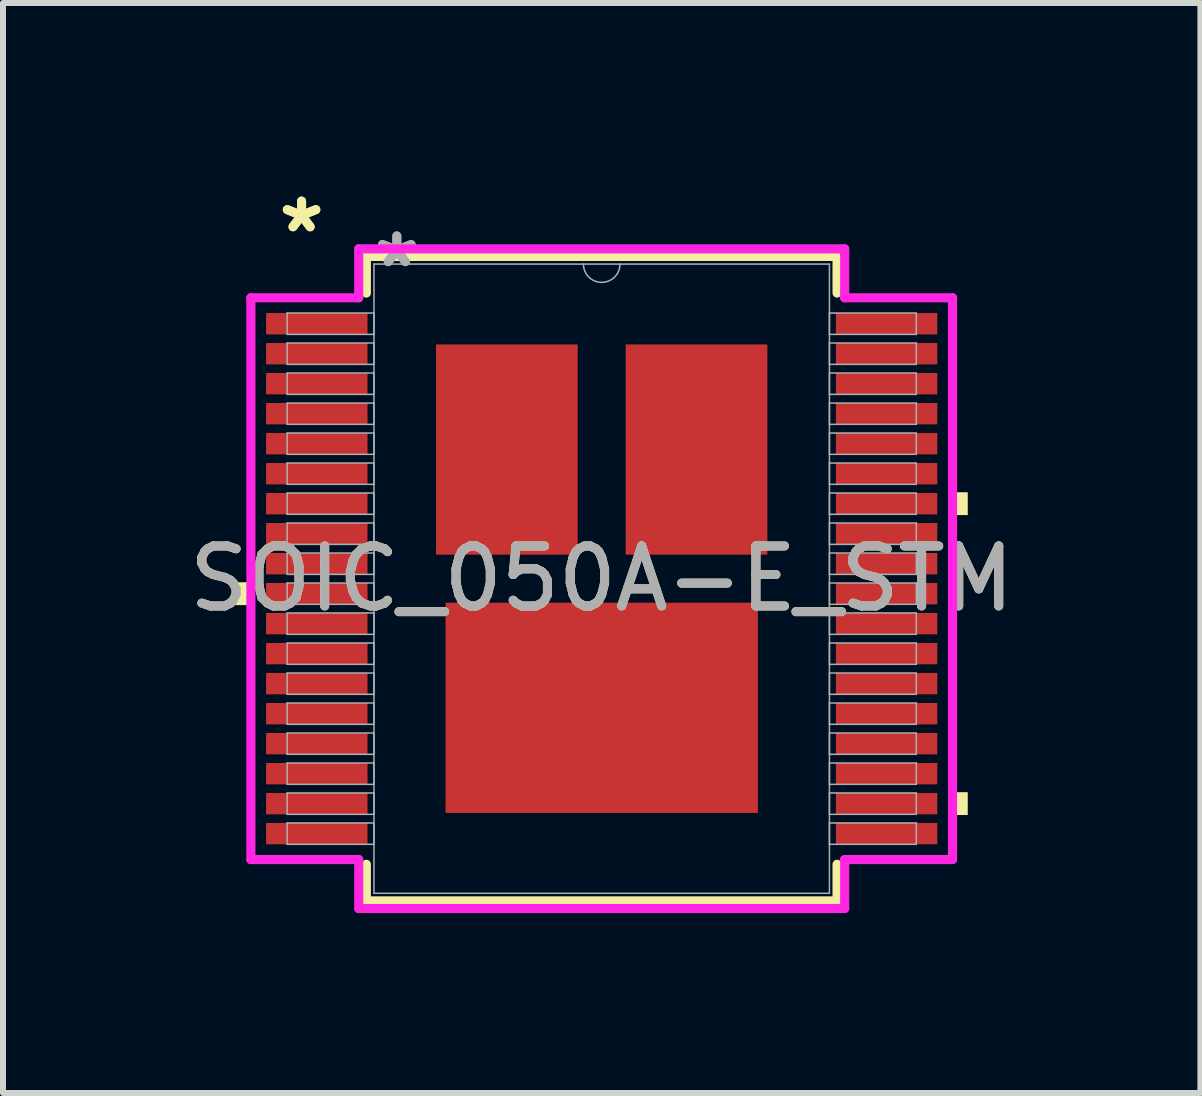
<source format=kicad_pcb>
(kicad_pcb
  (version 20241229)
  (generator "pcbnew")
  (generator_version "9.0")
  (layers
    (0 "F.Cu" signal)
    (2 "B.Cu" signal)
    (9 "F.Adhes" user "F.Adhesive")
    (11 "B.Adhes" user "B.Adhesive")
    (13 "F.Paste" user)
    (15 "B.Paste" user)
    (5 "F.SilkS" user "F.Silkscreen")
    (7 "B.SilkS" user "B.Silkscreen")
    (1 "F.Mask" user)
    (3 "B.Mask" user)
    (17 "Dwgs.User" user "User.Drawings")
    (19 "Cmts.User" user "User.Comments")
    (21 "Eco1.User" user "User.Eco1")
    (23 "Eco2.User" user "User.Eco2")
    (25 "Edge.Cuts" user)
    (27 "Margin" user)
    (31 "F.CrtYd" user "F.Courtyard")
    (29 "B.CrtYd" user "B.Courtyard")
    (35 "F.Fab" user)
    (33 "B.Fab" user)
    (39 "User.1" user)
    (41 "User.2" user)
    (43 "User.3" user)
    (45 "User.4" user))
  (footprint "SOIC_050A-E_STM"
    (layer "F.Cu")
    (at 6.982 6.598)
    (property "Reference" "SOIC_050A-E_STM" (at 0 0 0) (unlocked yes) (layer "F.SilkS") (effects (font (size 1 1) (thickness 0.15))))
    (attr smd)
    (fp_line (start -3.924 -5.372) (end -3.924 -4.762) (stroke (width 0.152) (type solid)) (layer "F.SilkS"))
    (fp_line (start -3.924 4.762) (end -3.924 5.372) (stroke (width 0.152) (type solid)) (layer "F.SilkS"))
    (fp_line (start -3.924 5.372) (end 3.924 5.372) (stroke (width 0.152) (type solid)) (layer "F.SilkS"))
    (fp_line (start 3.924 -5.372) (end -3.924 -5.372) (stroke (width 0.152) (type solid)) (layer "F.SilkS"))
    (fp_line (start 3.924 -4.762) (end 3.924 -5.372) (stroke (width 0.152) (type solid)) (layer "F.SilkS"))
    (fp_line (start 3.924 5.372) (end 3.924 4.762) (stroke (width 0.152) (type solid)) (layer "F.SilkS"))
    (fp_poly (pts (xy -6.103 0.06) (xy -6.103 0.441) (xy -5.849 0.441) (xy -5.849 0.06)) (stroke (width 0) (type solid)) (fill yes) (layer "F.SilkS"))
    (fp_poly (pts (xy 6.103 -1.441) (xy 6.103 -1.06) (xy 5.849 -1.06) (xy 5.849 -1.441)) (stroke (width 0) (type solid)) (fill yes) (layer "F.SilkS"))
    (fp_poly (pts (xy 6.103 3.56) (xy 6.103 3.941) (xy 5.849 3.941) (xy 5.849 3.56)) (stroke (width 0) (type solid)) (fill yes) (layer "F.SilkS"))
    (fp_line (start -5.849 -4.683) (end -4.051 -4.683) (stroke (width 0.152) (type solid)) (layer "F.CrtYd"))
    (fp_line (start -5.849 4.683) (end -5.849 -4.683) (stroke (width 0.152) (type solid)) (layer "F.CrtYd"))
    (fp_line (start -5.849 4.683) (end -4.051 4.683) (stroke (width 0.152) (type solid)) (layer "F.CrtYd"))
    (fp_line (start -4.051 -5.499) (end 4.051 -5.499) (stroke (width 0.152) (type solid)) (layer "F.CrtYd"))
    (fp_line (start -4.051 -4.683) (end -4.051 -5.499) (stroke (width 0.152) (type solid)) (layer "F.CrtYd"))
    (fp_line (start -4.051 5.499) (end -4.051 4.683) (stroke (width 0.152) (type solid)) (layer "F.CrtYd"))
    (fp_line (start 4.051 -5.499) (end 4.051 -4.683) (stroke (width 0.152) (type solid)) (layer "F.CrtYd"))
    (fp_line (start 4.051 4.683) (end 4.051 5.499) (stroke (width 0.152) (type solid)) (layer "F.CrtYd"))
    (fp_line (start 4.051 5.499) (end -4.051 5.499) (stroke (width 0.152) (type solid)) (layer "F.CrtYd"))
    (fp_line (start 5.849 -4.683) (end 4.051 -4.683) (stroke (width 0.152) (type solid)) (layer "F.CrtYd"))
    (fp_line (start 5.849 -4.683) (end 5.849 4.683) (stroke (width 0.152) (type solid)) (layer "F.CrtYd"))
    (fp_line (start 5.849 4.683) (end 4.051 4.683) (stroke (width 0.152) (type solid)) (layer "F.CrtYd"))
    (fp_line (start -5.245 -4.429) (end -5.245 -4.073) (stroke (width 0.025) (type solid)) (layer "F.Fab"))
    (fp_line (start -5.245 -4.073) (end -3.797 -4.073) (stroke (width 0.025) (type solid)) (layer "F.Fab"))
    (fp_line (start -5.245 -3.929) (end -5.245 -3.573) (stroke (width 0.025) (type solid)) (layer "F.Fab"))
    (fp_line (start -5.245 -3.573) (end -3.797 -3.573) (stroke (width 0.025) (type solid)) (layer "F.Fab"))
    (fp_line (start -5.245 -3.429) (end -5.245 -3.073) (stroke (width 0.025) (type solid)) (layer "F.Fab"))
    (fp_line (start -5.245 -3.073) (end -3.797 -3.073) (stroke (width 0.025) (type solid)) (layer "F.Fab"))
    (fp_line (start -5.245 -2.928) (end -5.245 -2.573) (stroke (width 0.025) (type solid)) (layer "F.Fab"))
    (fp_line (start -5.245 -2.573) (end -3.797 -2.573) (stroke (width 0.025) (type solid)) (layer "F.Fab"))
    (fp_line (start -5.245 -2.428) (end -5.245 -2.073) (stroke (width 0.025) (type solid)) (layer "F.Fab"))
    (fp_line (start -5.245 -2.073) (end -3.797 -2.073) (stroke (width 0.025) (type solid)) (layer "F.Fab"))
    (fp_line (start -5.245 -1.928) (end -5.245 -1.573) (stroke (width 0.025) (type solid)) (layer "F.Fab"))
    (fp_line (start -5.245 -1.573) (end -3.797 -1.573) (stroke (width 0.025) (type solid)) (layer "F.Fab"))
    (fp_line (start -5.245 -1.428) (end -5.245 -1.073) (stroke (width 0.025) (type solid)) (layer "F.Fab"))
    (fp_line (start -5.245 -1.073) (end -3.797 -1.073) (stroke (width 0.025) (type solid)) (layer "F.Fab"))
    (fp_line (start -5.245 -0.928) (end -5.245 -0.572) (stroke (width 0.025) (type solid)) (layer "F.Fab"))
    (fp_line (start -5.245 -0.572) (end -3.797 -0.572) (stroke (width 0.025) (type solid)) (layer "F.Fab"))
    (fp_line (start -5.245 -0.428) (end -5.245 -0.072) (stroke (width 0.025) (type solid)) (layer "F.Fab"))
    (fp_line (start -5.245 -0.072) (end -3.797 -0.072) (stroke (width 0.025) (type solid)) (layer "F.Fab"))
    (fp_line (start -5.245 0.072) (end -5.245 0.428) (stroke (width 0.025) (type solid)) (layer "F.Fab"))
    (fp_line (start -5.245 0.428) (end -3.797 0.428) (stroke (width 0.025) (type solid)) (layer "F.Fab"))
    (fp_line (start -5.245 0.572) (end -5.245 0.928) (stroke (width 0.025) (type solid)) (layer "F.Fab"))
    (fp_line (start -5.245 0.928) (end -3.797 0.928) (stroke (width 0.025) (type solid)) (layer "F.Fab"))
    (fp_line (start -5.245 1.073) (end -5.245 1.428) (stroke (width 0.025) (type solid)) (layer "F.Fab"))
    (fp_line (start -5.245 1.428) (end -3.797 1.428) (stroke (width 0.025) (type solid)) (layer "F.Fab"))
    (fp_line (start -5.245 1.573) (end -5.245 1.928) (stroke (width 0.025) (type solid)) (layer "F.Fab"))
    (fp_line (start -5.245 1.928) (end -3.797 1.928) (stroke (width 0.025) (type solid)) (layer "F.Fab"))
    (fp_line (start -5.245 2.073) (end -5.245 2.428) (stroke (width 0.025) (type solid)) (layer "F.Fab"))
    (fp_line (start -5.245 2.428) (end -3.797 2.428) (stroke (width 0.025) (type solid)) (layer "F.Fab"))
    (fp_line (start -5.245 2.573) (end -5.245 2.928) (stroke (width 0.025) (type solid)) (layer "F.Fab"))
    (fp_line (start -5.245 2.928) (end -3.797 2.928) (stroke (width 0.025) (type solid)) (layer "F.Fab"))
    (fp_line (start -5.245 3.073) (end -5.245 3.429) (stroke (width 0.025) (type solid)) (layer "F.Fab"))
    (fp_line (start -5.245 3.429) (end -3.797 3.429) (stroke (width 0.025) (type solid)) (layer "F.Fab"))
    (fp_line (start -5.245 3.573) (end -5.245 3.929) (stroke (width 0.025) (type solid)) (layer "F.Fab"))
    (fp_line (start -5.245 3.929) (end -3.797 3.929) (stroke (width 0.025) (type solid)) (layer "F.Fab"))
    (fp_line (start -5.245 4.073) (end -5.245 4.429) (stroke (width 0.025) (type solid)) (layer "F.Fab"))
    (fp_line (start -5.245 4.429) (end -3.797 4.429) (stroke (width 0.025) (type solid)) (layer "F.Fab"))
    (fp_line (start -3.797 -5.245) (end -3.797 5.245) (stroke (width 0.025) (type solid)) (layer "F.Fab"))
    (fp_line (start -3.797 -4.429) (end -5.245 -4.429) (stroke (width 0.025) (type solid)) (layer "F.Fab"))
    (fp_line (start -3.797 -4.073) (end -3.797 -4.429) (stroke (width 0.025) (type solid)) (layer "F.Fab"))
    (fp_line (start -3.797 -3.929) (end -5.245 -3.929) (stroke (width 0.025) (type solid)) (layer "F.Fab"))
    (fp_line (start -3.797 -3.573) (end -3.797 -3.929) (stroke (width 0.025) (type solid)) (layer "F.Fab"))
    (fp_line (start -3.797 -3.429) (end -5.245 -3.429) (stroke (width 0.025) (type solid)) (layer "F.Fab"))
    (fp_line (start -3.797 -3.073) (end -3.797 -3.429) (stroke (width 0.025) (type solid)) (layer "F.Fab"))
    (fp_line (start -3.797 -2.928) (end -5.245 -2.928) (stroke (width 0.025) (type solid)) (layer "F.Fab"))
    (fp_line (start -3.797 -2.573) (end -3.797 -2.928) (stroke (width 0.025) (type solid)) (layer "F.Fab"))
    (fp_line (start -3.797 -2.428) (end -5.245 -2.428) (stroke (width 0.025) (type solid)) (layer "F.Fab"))
    (fp_line (start -3.797 -2.073) (end -3.797 -2.428) (stroke (width 0.025) (type solid)) (layer "F.Fab"))
    (fp_line (start -3.797 -1.928) (end -5.245 -1.928) (stroke (width 0.025) (type solid)) (layer "F.Fab"))
    (fp_line (start -3.797 -1.573) (end -3.797 -1.928) (stroke (width 0.025) (type solid)) (layer "F.Fab"))
    (fp_line (start -3.797 -1.428) (end -5.245 -1.428) (stroke (width 0.025) (type solid)) (layer "F.Fab"))
    (fp_line (start -3.797 -1.073) (end -3.797 -1.428) (stroke (width 0.025) (type solid)) (layer "F.Fab"))
    (fp_line (start -3.797 -0.928) (end -5.245 -0.928) (stroke (width 0.025) (type solid)) (layer "F.Fab"))
    (fp_line (start -3.797 -0.572) (end -3.797 -0.928) (stroke (width 0.025) (type solid)) (layer "F.Fab"))
    (fp_line (start -3.797 -0.428) (end -5.245 -0.428) (stroke (width 0.025) (type solid)) (layer "F.Fab"))
    (fp_line (start -3.797 -0.072) (end -3.797 -0.428) (stroke (width 0.025) (type solid)) (layer "F.Fab"))
    (fp_line (start -3.797 0.072) (end -5.245 0.072) (stroke (width 0.025) (type solid)) (layer "F.Fab"))
    (fp_line (start -3.797 0.428) (end -3.797 0.072) (stroke (width 0.025) (type solid)) (layer "F.Fab"))
    (fp_line (start -3.797 0.572) (end -5.245 0.572) (stroke (width 0.025) (type solid)) (layer "F.Fab"))
    (fp_line (start -3.797 0.928) (end -3.797 0.572) (stroke (width 0.025) (type solid)) (layer "F.Fab"))
    (fp_line (start -3.797 1.073) (end -5.245 1.073) (stroke (width 0.025) (type solid)) (layer "F.Fab"))
    (fp_line (start -3.797 1.428) (end -3.797 1.073) (stroke (width 0.025) (type solid)) (layer "F.Fab"))
    (fp_line (start -3.797 1.573) (end -5.245 1.573) (stroke (width 0.025) (type solid)) (layer "F.Fab"))
    (fp_line (start -3.797 1.928) (end -3.797 1.573) (stroke (width 0.025) (type solid)) (layer "F.Fab"))
    (fp_line (start -3.797 2.073) (end -5.245 2.073) (stroke (width 0.025) (type solid)) (layer "F.Fab"))
    (fp_line (start -3.797 2.428) (end -3.797 2.073) (stroke (width 0.025) (type solid)) (layer "F.Fab"))
    (fp_line (start -3.797 2.573) (end -5.245 2.573) (stroke (width 0.025) (type solid)) (layer "F.Fab"))
    (fp_line (start -3.797 2.928) (end -3.797 2.573) (stroke (width 0.025) (type solid)) (layer "F.Fab"))
    (fp_line (start -3.797 3.073) (end -5.245 3.073) (stroke (width 0.025) (type solid)) (layer "F.Fab"))
    (fp_line (start -3.797 3.429) (end -3.797 3.073) (stroke (width 0.025) (type solid)) (layer "F.Fab"))
    (fp_line (start -3.797 3.573) (end -5.245 3.573) (stroke (width 0.025) (type solid)) (layer "F.Fab"))
    (fp_line (start -3.797 3.929) (end -3.797 3.573) (stroke (width 0.025) (type solid)) (layer "F.Fab"))
    (fp_line (start -3.797 4.073) (end -5.245 4.073) (stroke (width 0.025) (type solid)) (layer "F.Fab"))
    (fp_line (start -3.797 4.429) (end -3.797 4.073) (stroke (width 0.025) (type solid)) (layer "F.Fab"))
    (fp_line (start -3.797 5.245) (end 3.797 5.245) (stroke (width 0.025) (type solid)) (layer "F.Fab"))
    (fp_line (start 3.797 -5.245) (end -3.797 -5.245) (stroke (width 0.025) (type solid)) (layer "F.Fab"))
    (fp_line (start 3.797 -4.429) (end 3.797 -4.073) (stroke (width 0.025) (type solid)) (layer "F.Fab"))
    (fp_line (start 3.797 -4.073) (end 5.245 -4.073) (stroke (width 0.025) (type solid)) (layer "F.Fab"))
    (fp_line (start 3.797 -3.929) (end 3.797 -3.573) (stroke (width 0.025) (type solid)) (layer "F.Fab"))
    (fp_line (start 3.797 -3.573) (end 5.245 -3.573) (stroke (width 0.025) (type solid)) (layer "F.Fab"))
    (fp_line (start 3.797 -3.429) (end 3.797 -3.073) (stroke (width 0.025) (type solid)) (layer "F.Fab"))
    (fp_line (start 3.797 -3.073) (end 5.245 -3.073) (stroke (width 0.025) (type solid)) (layer "F.Fab"))
    (fp_line (start 3.797 -2.928) (end 3.797 -2.573) (stroke (width 0.025) (type solid)) (layer "F.Fab"))
    (fp_line (start 3.797 -2.573) (end 5.245 -2.573) (stroke (width 0.025) (type solid)) (layer "F.Fab"))
    (fp_line (start 3.797 -2.428) (end 3.797 -2.073) (stroke (width 0.025) (type solid)) (layer "F.Fab"))
    (fp_line (start 3.797 -2.073) (end 5.245 -2.073) (stroke (width 0.025) (type solid)) (layer "F.Fab"))
    (fp_line (start 3.797 -1.928) (end 3.797 -1.573) (stroke (width 0.025) (type solid)) (layer "F.Fab"))
    (fp_line (start 3.797 -1.573) (end 5.245 -1.573) (stroke (width 0.025) (type solid)) (layer "F.Fab"))
    (fp_line (start 3.797 -1.428) (end 3.797 -1.073) (stroke (width 0.025) (type solid)) (layer "F.Fab"))
    (fp_line (start 3.797 -1.073) (end 5.245 -1.073) (stroke (width 0.025) (type solid)) (layer "F.Fab"))
    (fp_line (start 3.797 -0.928) (end 3.797 -0.572) (stroke (width 0.025) (type solid)) (layer "F.Fab"))
    (fp_line (start 3.797 -0.572) (end 5.245 -0.572) (stroke (width 0.025) (type solid)) (layer "F.Fab"))
    (fp_line (start 3.797 -0.428) (end 3.797 -0.072) (stroke (width 0.025) (type solid)) (layer "F.Fab"))
    (fp_line (start 3.797 -0.072) (end 5.245 -0.072) (stroke (width 0.025) (type solid)) (layer "F.Fab"))
    (fp_line (start 3.797 0.072) (end 3.797 0.428) (stroke (width 0.025) (type solid)) (layer "F.Fab"))
    (fp_line (start 3.797 0.428) (end 5.245 0.428) (stroke (width 0.025) (type solid)) (layer "F.Fab"))
    (fp_line (start 3.797 0.572) (end 3.797 0.928) (stroke (width 0.025) (type solid)) (layer "F.Fab"))
    (fp_line (start 3.797 0.928) (end 5.245 0.928) (stroke (width 0.025) (type solid)) (layer "F.Fab"))
    (fp_line (start 3.797 1.073) (end 3.797 1.428) (stroke (width 0.025) (type solid)) (layer "F.Fab"))
    (fp_line (start 3.797 1.428) (end 5.245 1.428) (stroke (width 0.025) (type solid)) (layer "F.Fab"))
    (fp_line (start 3.797 1.573) (end 3.797 1.928) (stroke (width 0.025) (type solid)) (layer "F.Fab"))
    (fp_line (start 3.797 1.928) (end 5.245 1.928) (stroke (width 0.025) (type solid)) (layer "F.Fab"))
    (fp_line (start 3.797 2.073) (end 3.797 2.428) (stroke (width 0.025) (type solid)) (layer "F.Fab"))
    (fp_line (start 3.797 2.428) (end 5.245 2.428) (stroke (width 0.025) (type solid)) (layer "F.Fab"))
    (fp_line (start 3.797 2.573) (end 3.797 2.928) (stroke (width 0.025) (type solid)) (layer "F.Fab"))
    (fp_line (start 3.797 2.928) (end 5.245 2.928) (stroke (width 0.025) (type solid)) (layer "F.Fab"))
    (fp_line (start 3.797 3.073) (end 3.797 3.429) (stroke (width 0.025) (type solid)) (layer "F.Fab"))
    (fp_line (start 3.797 3.429) (end 5.245 3.429) (stroke (width 0.025) (type solid)) (layer "F.Fab"))
    (fp_line (start 3.797 3.573) (end 3.797 3.929) (stroke (width 0.025) (type solid)) (layer "F.Fab"))
    (fp_line (start 3.797 3.929) (end 5.245 3.929) (stroke (width 0.025) (type solid)) (layer "F.Fab"))
    (fp_line (start 3.797 4.073) (end 3.797 4.429) (stroke (width 0.025) (type solid)) (layer "F.Fab"))
    (fp_line (start 3.797 4.429) (end 5.245 4.429) (stroke (width 0.025) (type solid)) (layer "F.Fab"))
    (fp_line (start 3.797 5.245) (end 3.797 -5.245) (stroke (width 0.025) (type solid)) (layer "F.Fab"))
    (fp_line (start 5.245 -4.429) (end 3.797 -4.429) (stroke (width 0.025) (type solid)) (layer "F.Fab"))
    (fp_line (start 5.245 -4.073) (end 5.245 -4.429) (stroke (width 0.025) (type solid)) (layer "F.Fab"))
    (fp_line (start 5.245 -3.929) (end 3.797 -3.929) (stroke (width 0.025) (type solid)) (layer "F.Fab"))
    (fp_line (start 5.245 -3.573) (end 5.245 -3.929) (stroke (width 0.025) (type solid)) (layer "F.Fab"))
    (fp_line (start 5.245 -3.429) (end 3.797 -3.429) (stroke (width 0.025) (type solid)) (layer "F.Fab"))
    (fp_line (start 5.245 -3.073) (end 5.245 -3.429) (stroke (width 0.025) (type solid)) (layer "F.Fab"))
    (fp_line (start 5.245 -2.928) (end 3.797 -2.928) (stroke (width 0.025) (type solid)) (layer "F.Fab"))
    (fp_line (start 5.245 -2.573) (end 5.245 -2.928) (stroke (width 0.025) (type solid)) (layer "F.Fab"))
    (fp_line (start 5.245 -2.428) (end 3.797 -2.428) (stroke (width 0.025) (type solid)) (layer "F.Fab"))
    (fp_line (start 5.245 -2.073) (end 5.245 -2.428) (stroke (width 0.025) (type solid)) (layer "F.Fab"))
    (fp_line (start 5.245 -1.928) (end 3.797 -1.928) (stroke (width 0.025) (type solid)) (layer "F.Fab"))
    (fp_line (start 5.245 -1.573) (end 5.245 -1.928) (stroke (width 0.025) (type solid)) (layer "F.Fab"))
    (fp_line (start 5.245 -1.428) (end 3.797 -1.428) (stroke (width 0.025) (type solid)) (layer "F.Fab"))
    (fp_line (start 5.245 -1.073) (end 5.245 -1.428) (stroke (width 0.025) (type solid)) (layer "F.Fab"))
    (fp_line (start 5.245 -0.928) (end 3.797 -0.928) (stroke (width 0.025) (type solid)) (layer "F.Fab"))
    (fp_line (start 5.245 -0.572) (end 5.245 -0.928) (stroke (width 0.025) (type solid)) (layer "F.Fab"))
    (fp_line (start 5.245 -0.428) (end 3.797 -0.428) (stroke (width 0.025) (type solid)) (layer "F.Fab"))
    (fp_line (start 5.245 -0.072) (end 5.245 -0.428) (stroke (width 0.025) (type solid)) (layer "F.Fab"))
    (fp_line (start 5.245 0.072) (end 3.797 0.072) (stroke (width 0.025) (type solid)) (layer "F.Fab"))
    (fp_line (start 5.245 0.428) (end 5.245 0.072) (stroke (width 0.025) (type solid)) (layer "F.Fab"))
    (fp_line (start 5.245 0.572) (end 3.797 0.572) (stroke (width 0.025) (type solid)) (layer "F.Fab"))
    (fp_line (start 5.245 0.928) (end 5.245 0.572) (stroke (width 0.025) (type solid)) (layer "F.Fab"))
    (fp_line (start 5.245 1.073) (end 3.797 1.073) (stroke (width 0.025) (type solid)) (layer "F.Fab"))
    (fp_line (start 5.245 1.428) (end 5.245 1.073) (stroke (width 0.025) (type solid)) (layer "F.Fab"))
    (fp_line (start 5.245 1.573) (end 3.797 1.573) (stroke (width 0.025) (type solid)) (layer "F.Fab"))
    (fp_line (start 5.245 1.928) (end 5.245 1.573) (stroke (width 0.025) (type solid)) (layer "F.Fab"))
    (fp_line (start 5.245 2.073) (end 3.797 2.073) (stroke (width 0.025) (type solid)) (layer "F.Fab"))
    (fp_line (start 5.245 2.428) (end 5.245 2.073) (stroke (width 0.025) (type solid)) (layer "F.Fab"))
    (fp_line (start 5.245 2.573) (end 3.797 2.573) (stroke (width 0.025) (type solid)) (layer "F.Fab"))
    (fp_line (start 5.245 2.928) (end 5.245 2.573) (stroke (width 0.025) (type solid)) (layer "F.Fab"))
    (fp_line (start 5.245 3.073) (end 3.797 3.073) (stroke (width 0.025) (type solid)) (layer "F.Fab"))
    (fp_line (start 5.245 3.429) (end 5.245 3.073) (stroke (width 0.025) (type solid)) (layer "F.Fab"))
    (fp_line (start 5.245 3.573) (end 3.797 3.573) (stroke (width 0.025) (type solid)) (layer "F.Fab"))
    (fp_line (start 5.245 3.929) (end 5.245 3.573) (stroke (width 0.025) (type solid)) (layer "F.Fab"))
    (fp_line (start 5.245 4.073) (end 3.797 4.073) (stroke (width 0.025) (type solid)) (layer "F.Fab"))
    (fp_line (start 5.245 4.429) (end 5.245 4.073) (stroke (width 0.025) (type solid)) (layer "F.Fab"))
    (fp_arc (start 0.3048 -5.2451) (mid 0 -4.9403) (end -0.3048 -5.2451) (stroke (width 0.0254) (type solid)) (layer "F.Fab"))
    (fp_text user "*" (at -5.004 -5.75 0) (layer "F.SilkS") (effects (font (size 1 1) (thickness 0.15))))
    (fp_text user "*" (at -5.004 -5.75 0) (unlocked yes) (layer "F.SilkS") (effects (font (size 1 1) (thickness 0.15))))
    (fp_text user "*" (at -3.416 -5.169 0) (unlocked yes) (layer "F.Fab") (effects (font (size 1 1) (thickness 0.15))))
    (fp_text user "${REFERENCE}" (at 0 0 0) (unlocked yes) (layer "F.Fab") (effects (font (size 1 1) (thickness 0.15))))
    (fp_text user "*" (at -3.416 -5.169 0) (layer "F.Fab") (effects (font (size 1 1) (thickness 0.15))))
    (pad "1" smd rect (at -4.75 -4.251) (size 1.691 0.356) (layers "F.Cu" "F.Mask" "F.Paste"))
    (pad "2" smd rect (at -4.75 -3.751) (size 1.691 0.356) (layers "F.Cu" "F.Mask" "F.Paste"))
    (pad "3" smd rect (at -4.75 -3.251) (size 1.691 0.356) (layers "F.Cu" "F.Mask" "F.Paste"))
    (pad "4" smd rect (at -4.75 -2.751) (size 1.691 0.356) (layers "F.Cu" "F.Mask" "F.Paste"))
    (pad "5" smd rect (at -4.75 -2.251) (size 1.691 0.356) (layers "F.Cu" "F.Mask" "F.Paste"))
    (pad "6" smd rect (at -4.75 -1.75) (size 1.691 0.356) (layers "F.Cu" "F.Mask" "F.Paste"))
    (pad "7" smd rect (at -4.75 -1.25) (size 1.691 0.356) (layers "F.Cu" "F.Mask" "F.Paste"))
    (pad "8" smd rect (at -4.75 -0.75) (size 1.691 0.356) (layers "F.Cu" "F.Mask" "F.Paste"))
    (pad "9" smd rect (at -4.75 -0.25) (size 1.691 0.356) (layers "F.Cu" "F.Mask" "F.Paste"))
    (pad "10" smd rect (at -4.75 0.25) (size 1.691 0.356) (layers "F.Cu" "F.Mask" "F.Paste"))
    (pad "11" smd rect (at -4.75 0.75) (size 1.691 0.356) (layers "F.Cu" "F.Mask" "F.Paste"))
    (pad "12" smd rect (at -4.75 1.25) (size 1.691 0.356) (layers "F.Cu" "F.Mask" "F.Paste"))
    (pad "13" smd rect (at -4.75 1.75) (size 1.691 0.356) (layers "F.Cu" "F.Mask" "F.Paste"))
    (pad "14" smd rect (at -4.75 2.251) (size 1.691 0.356) (layers "F.Cu" "F.Mask" "F.Paste"))
    (pad "15" smd rect (at -4.75 2.751) (size 1.691 0.356) (layers "F.Cu" "F.Mask" "F.Paste"))
    (pad "16" smd rect (at -4.75 3.251) (size 1.691 0.356) (layers "F.Cu" "F.Mask" "F.Paste"))
    (pad "17" smd rect (at -4.75 3.751) (size 1.691 0.356) (layers "F.Cu" "F.Mask" "F.Paste"))
    (pad "18" smd rect (at -4.75 4.251) (size 1.691 0.356) (layers "F.Cu" "F.Mask" "F.Paste"))
    (pad "19" smd rect (at 4.75 4.251) (size 1.691 0.356) (layers "F.Cu" "F.Mask" "F.Paste"))
    (pad "20" smd rect (at 4.75 3.751) (size 1.691 0.356) (layers "F.Cu" "F.Mask" "F.Paste"))
    (pad "21" smd rect (at 4.75 3.251) (size 1.691 0.356) (layers "F.Cu" "F.Mask" "F.Paste"))
    (pad "22" smd rect (at 4.75 2.751) (size 1.691 0.356) (layers "F.Cu" "F.Mask" "F.Paste"))
    (pad "23" smd rect (at 4.75 2.251) (size 1.691 0.356) (layers "F.Cu" "F.Mask" "F.Paste"))
    (pad "24" smd rect (at 4.75 1.75) (size 1.691 0.356) (layers "F.Cu" "F.Mask" "F.Paste"))
    (pad "25" smd rect (at 4.75 1.25) (size 1.691 0.356) (layers "F.Cu" "F.Mask" "F.Paste"))
    (pad "26" smd rect (at 4.75 0.75) (size 1.691 0.356) (layers "F.Cu" "F.Mask" "F.Paste"))
    (pad "27" smd rect (at 4.75 0.25) (size 1.691 0.356) (layers "F.Cu" "F.Mask" "F.Paste"))
    (pad "28" smd rect (at 4.75 -0.25) (size 1.691 0.356) (layers "F.Cu" "F.Mask" "F.Paste"))
    (pad "29" smd rect (at 4.75 -0.75) (size 1.691 0.356) (layers "F.Cu" "F.Mask" "F.Paste"))
    (pad "30" smd rect (at 4.75 -1.25) (size 1.691 0.356) (layers "F.Cu" "F.Mask" "F.Paste"))
    (pad "31" smd rect (at 4.75 -1.75) (size 1.691 0.356) (layers "F.Cu" "F.Mask" "F.Paste"))
    (pad "32" smd rect (at 4.75 -2.251) (size 1.691 0.356) (layers "F.Cu" "F.Mask" "F.Paste"))
    (pad "33" smd rect (at 4.75 -2.751) (size 1.691 0.356) (layers "F.Cu" "F.Mask" "F.Paste"))
    (pad "34" smd rect (at 4.75 -3.251) (size 1.691 0.356) (layers "F.Cu" "F.Mask" "F.Paste"))
    (pad "35" smd rect (at 4.75 -3.751) (size 1.691 0.356) (layers "F.Cu" "F.Mask" "F.Paste"))
    (pad "36" smd rect (at 4.75 -4.251) (size 1.691 0.356) (layers "F.Cu" "F.Mask" "F.Paste"))
    (pad "37" smd rect (at 0 2.153) (size 5.207 3.505) (layers "F.Cu" "F.Mask" "F.Paste"))
    (pad "38" smd rect (at -1.581 -2.153) (size 2.362 3.505) (layers "F.Cu" "F.Mask" "F.Paste"))
    (pad "39" smd rect (at 1.581 -2.153) (size 2.362 3.505) (layers "F.Cu" "F.Mask" "F.Paste")))
  (gr_rect
    (start -3 -3)
    (end 16.964 15.173)
    (stroke (width 0.1) (type default))
    (fill no)
    (layer "Edge.Cuts")))
</source>
